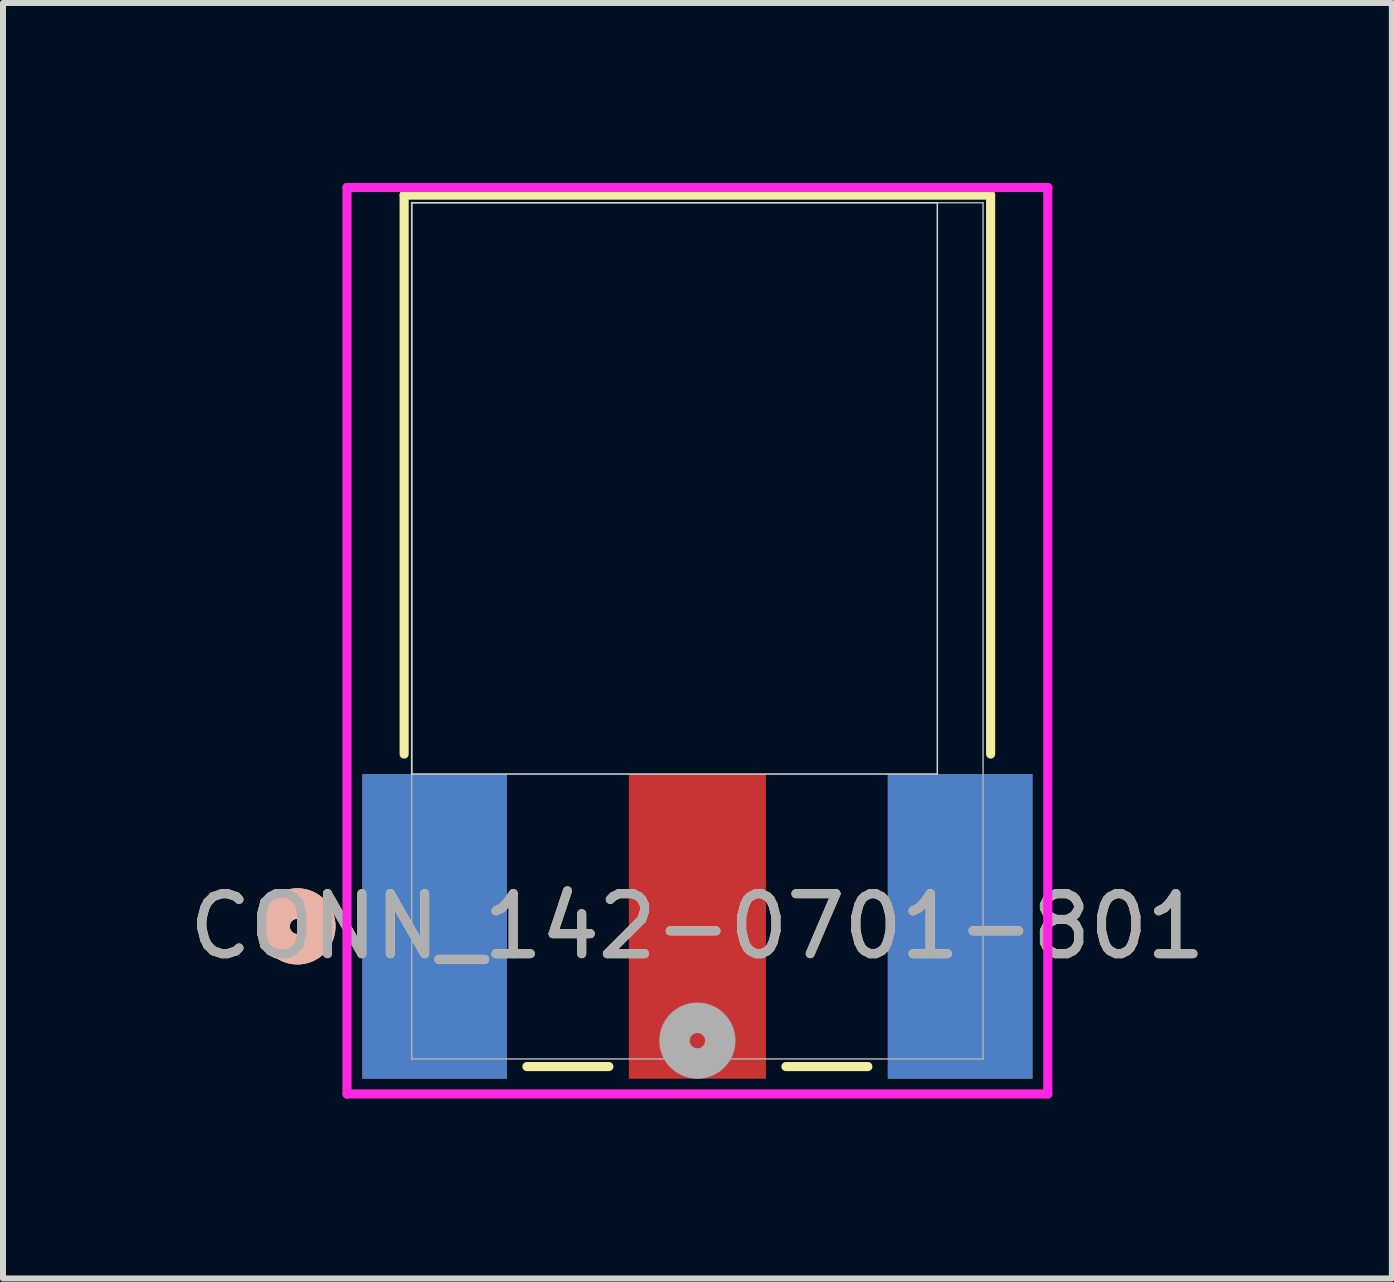
<source format=kicad_pcb>
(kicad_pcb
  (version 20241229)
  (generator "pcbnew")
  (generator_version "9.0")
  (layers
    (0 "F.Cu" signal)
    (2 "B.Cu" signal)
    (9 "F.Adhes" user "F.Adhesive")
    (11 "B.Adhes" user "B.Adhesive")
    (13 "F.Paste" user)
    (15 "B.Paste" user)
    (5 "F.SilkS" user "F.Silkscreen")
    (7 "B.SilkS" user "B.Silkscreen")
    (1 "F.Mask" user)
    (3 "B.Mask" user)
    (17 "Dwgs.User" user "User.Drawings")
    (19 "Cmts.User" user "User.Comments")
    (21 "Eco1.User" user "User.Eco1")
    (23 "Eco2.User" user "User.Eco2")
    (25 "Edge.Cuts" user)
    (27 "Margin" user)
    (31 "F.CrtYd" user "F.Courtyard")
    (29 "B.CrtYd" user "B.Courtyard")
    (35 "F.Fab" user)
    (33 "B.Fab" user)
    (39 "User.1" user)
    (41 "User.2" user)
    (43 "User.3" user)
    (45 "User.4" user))
  (footprint "CONN_142-0701-801"
    (layer "F.Cu")
    (at 8.577 12.395)
    (property "Reference" "CONN_142-0701-801" (at 0 0 0) (unlocked yes) (layer "F.SilkS") (effects (font (size 1 1) (thickness 0.15))))
    (attr smd)
    (fp_line (start -4.889 -12.192) (end -4.889 -2.873) (stroke (width 0.152) (type solid)) (layer "F.SilkS"))
    (fp_line (start -2.842 2.337) (end -1.476 2.337) (stroke (width 0.152) (type solid)) (layer "F.SilkS"))
    (fp_line (start 1.476 2.337) (end 2.842 2.337) (stroke (width 0.152) (type solid)) (layer "F.SilkS"))
    (fp_line (start 4.889 -12.192) (end -4.889 -12.192) (stroke (width 0.152) (type solid)) (layer "F.SilkS"))
    (fp_line (start 4.889 -2.873) (end 4.889 -12.192) (stroke (width 0.152) (type solid)) (layer "F.SilkS"))
    (fp_circle (center -6.668 0) (end -6.287 0) (stroke (width 0.508) (type solid)) (fill no) (layer "F.SilkS"))
    (fp_circle (center -6.668 0) (end -6.287 0) (stroke (width 0.508) (type solid)) (fill no) (layer "B.SilkS"))
    (fp_line (start -4.763 -12.065) (end -4.763 -2.54) (stroke (width 0.025) (type solid)) (layer "Edge.Cuts"))
    (fp_line (start -4.763 -12.065) (end 4 -12.065) (stroke (width 0.025) (type solid)) (layer "Edge.Cuts"))
    (fp_line (start -4.763 -2.54) (end 4 -2.54) (stroke (width 0.025) (type solid)) (layer "Edge.Cuts"))
    (fp_line (start 4 -12.065) (end 4 -2.54) (stroke (width 0.025) (type solid)) (layer "Edge.Cuts"))
    (fp_line (start -5.842 -12.319) (end -5.842 2.794) (stroke (width 0.152) (type solid)) (layer "F.CrtYd"))
    (fp_line (start -5.842 2.794) (end 5.842 2.794) (stroke (width 0.152) (type solid)) (layer "F.CrtYd"))
    (fp_line (start 5.842 -12.319) (end -5.842 -12.319) (stroke (width 0.152) (type solid)) (layer "F.CrtYd"))
    (fp_line (start 5.842 2.794) (end 5.842 -12.319) (stroke (width 0.152) (type solid)) (layer "F.CrtYd"))
    (fp_line (start -4.763 -12.065) (end -4.763 2.21) (stroke (width 0.025) (type solid)) (layer "F.Fab"))
    (fp_line (start -4.763 2.21) (end 4.763 2.21) (stroke (width 0.025) (type solid)) (layer "F.Fab"))
    (fp_line (start 4.763 -12.065) (end -4.763 -12.065) (stroke (width 0.025) (type solid)) (layer "F.Fab"))
    (fp_line (start 4.763 2.21) (end 4.763 -12.065) (stroke (width 0.025) (type solid)) (layer "F.Fab"))
    (fp_circle (center 0 1.905) (end 0.381 1.905) (stroke (width 0.508) (type solid)) (fill no) (layer "F.Fab"))
    (fp_text user "${REFERENCE}" (at 0 0 0) (unlocked yes) (layer "F.Fab") (effects (font (size 1 1) (thickness 0.15))))
    (pad "1" smd rect (at 0 0) (size 2.286 5.08) (layers "F.Cu" "F.Mask" "F.Paste"))
    (pad "2" smd rect (at -4.381 0) (size 2.413 5.08) (layers "F.Cu" "F.Mask" "F.Paste"))
    (pad "3" smd rect (at 4.381 0) (size 2.413 5.08) (layers "F.Cu" "F.Mask" "F.Paste"))
    (pad "4" smd rect (at -4.381 0) (size 2.413 5.08) (layers "B.Cu" "B.Mask" "B.Paste"))
    (pad "5" smd rect (at 4.381 0) (size 2.413 5.08) (layers "B.Cu" "B.Mask" "B.Paste")))
  (gr_rect
    (start -3 -3)
    (end 20.155 18.265)
    (stroke (width 0.1) (type default))
    (fill no)
    (layer "Edge.Cuts")))
</source>
